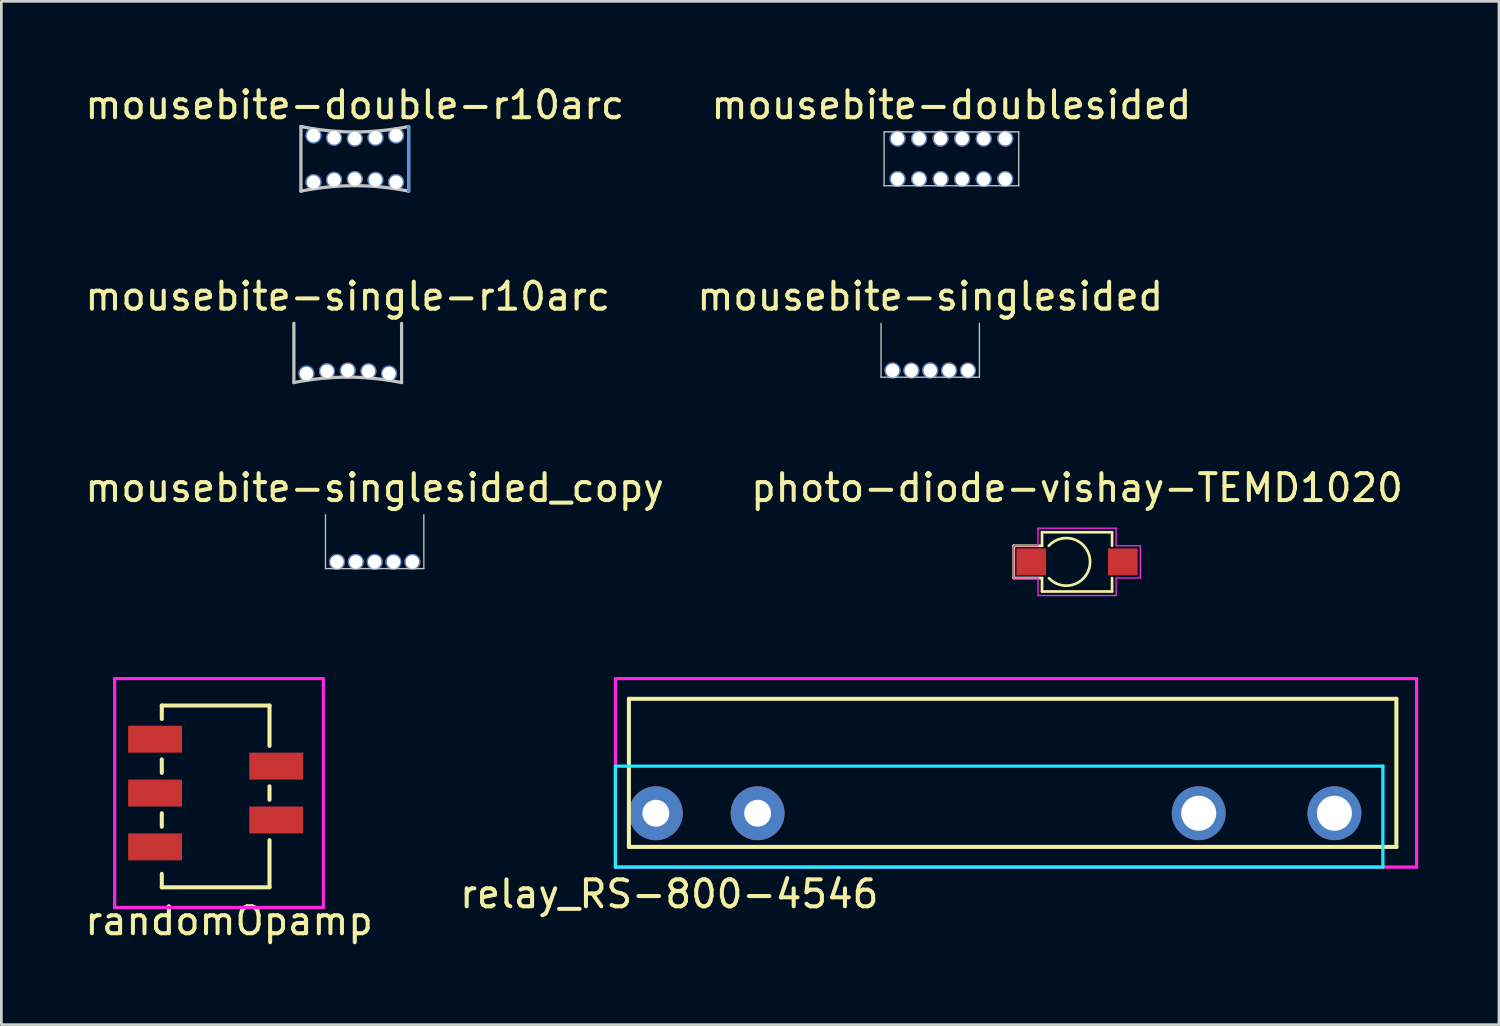
<source format=kicad_pcb>
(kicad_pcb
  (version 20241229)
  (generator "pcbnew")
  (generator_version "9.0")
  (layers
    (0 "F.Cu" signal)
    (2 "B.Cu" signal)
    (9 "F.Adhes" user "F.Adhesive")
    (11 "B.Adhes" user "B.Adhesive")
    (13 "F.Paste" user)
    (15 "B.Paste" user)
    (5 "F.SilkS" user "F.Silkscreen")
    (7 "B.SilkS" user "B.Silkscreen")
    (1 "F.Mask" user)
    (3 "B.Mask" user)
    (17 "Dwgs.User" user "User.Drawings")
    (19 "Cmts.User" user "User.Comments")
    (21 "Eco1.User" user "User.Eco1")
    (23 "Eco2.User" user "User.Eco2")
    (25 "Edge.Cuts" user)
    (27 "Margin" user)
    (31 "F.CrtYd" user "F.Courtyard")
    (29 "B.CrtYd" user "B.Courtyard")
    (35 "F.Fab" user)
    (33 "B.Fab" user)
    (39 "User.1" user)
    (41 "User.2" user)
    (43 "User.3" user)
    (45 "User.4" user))
  (footprint "mousebite-singlesided_copy"
    (layer "F.Cu")
    (at 10.863 18.065)
    (property "Reference" "mousebite-singlesided_copy" (at 0 -3 0) (layer "F.SilkS") (effects (font (size 1 1) (thickness 0.15))))
    (attr through_hole)
    (fp_line (start -1.826 0) (end -1.826 -2) (stroke (width 0.05) (type solid)) (layer "Dwgs.User"))
    (fp_line (start 1.826 0) (end -1.826 0) (stroke (width 0.05) (type solid)) (layer "Dwgs.User"))
    (fp_line (start 1.826 0) (end 1.826 -2) (stroke (width 0.05) (type solid)) (layer "Dwgs.User"))
    (pad "" np_thru_hole circle (at -1.4 -0.25) (size 0.6 0.6) (drill 0.5) (layers "*.Cu" "*.Mask"))
    (pad "" np_thru_hole circle (at -0.7 -0.25) (size 0.6 0.6) (drill 0.5) (layers "*.Cu" "*.Mask"))
    (pad "" np_thru_hole circle (at 0 -0.25) (size 0.6 0.6) (drill 0.5) (layers "*.Cu" "*.Mask"))
    (pad "" np_thru_hole circle (at 0.7 -0.25) (size 0.6 0.6) (drill 0.5) (layers "*.Cu" "*.Mask"))
    (pad "" np_thru_hole circle (at 1.4 -0.25) (size 0.6 0.6) (drill 0.5) (layers "*.Cu" "*.Mask")))
  (footprint "mousebite-double-r10arc"
    (layer "F.Cu")
    (at 10.125 2.848)
    (property "Reference" "mousebite-double-r10arc" (at 0 -2 0) (layer "F.SilkS") (effects (font (size 1 1) (thickness 0.15))))
    (attr through_hole)
    (fp_line (start -2 -1.2) (end -2 1.2) (stroke (width 0.12) (type solid)) (layer "Dwgs.User"))
    (fp_line (start 2 1.2) (end 2 -1.2) (stroke (width 0.12) (type solid)) (layer "Dwgs.User"))
    (fp_arc (start -2.000001 1.200001) (mid -0.000001 0.998001) (end 1.999999 1.200001) (stroke (width 0.12) (type solid)) (layer "Dwgs.User"))
    (fp_arc (start 2.000001 -1.200001) (mid 0.000001 -0.998001) (end -1.999999 -1.200001) (stroke (width 0.12) (type solid)) (layer "Dwgs.User"))
    (fp_line (start 2 -1.2) (end 2 1.2) (stroke (width 0.12) (type solid)) (layer "Cmts.User"))
    (pad "" np_thru_hole circle (at -1.533 -0.865 180) (size 0.6 0.6) (drill 0.5) (layers "*.Cu" "*.Mask"))
    (pad "" np_thru_hole circle (at -1.533 0.865) (size 0.6 0.6) (drill 0.5) (layers "*.Cu" "*.Mask"))
    (pad "" np_thru_hole circle (at -0.769 -0.779 180) (size 0.6 0.6) (drill 0.5) (layers "*.Cu" "*.Mask"))
    (pad "" np_thru_hole circle (at -0.769 0.779) (size 0.6 0.6) (drill 0.5) (layers "*.Cu" "*.Mask"))
    (pad "" np_thru_hole circle (at 0 -0.75 180) (size 0.6 0.6) (drill 0.5) (layers "*.Cu" "*.Mask"))
    (pad "" np_thru_hole circle (at 0 0.75) (size 0.6 0.6) (drill 0.5) (layers "*.Cu" "*.Mask"))
    (pad "" np_thru_hole circle (at 0.769 -0.779 180) (size 0.6 0.6) (drill 0.5) (layers "*.Cu" "*.Mask"))
    (pad "" np_thru_hole circle (at 0.769 0.779) (size 0.6 0.6) (drill 0.5) (layers "*.Cu" "*.Mask"))
    (pad "" np_thru_hole circle (at 1.533 -0.865 180) (size 0.6 0.6) (drill 0.5) (layers "*.Cu" "*.Mask"))
    (pad "" np_thru_hole circle (at 1.533 0.865) (size 0.6 0.6) (drill 0.5) (layers "*.Cu" "*.Mask")))
  (footprint "photo-diode-vishay-TEMD1020"
    (layer "F.Cu")
    (at 36.946 17.815)
    (property "Reference" "photo-diode-vishay-TEMD1020" (at 0 -2.75 0) (layer "F.SilkS") (effects (font (size 1 1) (thickness 0.15))))
    (attr through_hole)
    (fp_line (start -2.35 -0.6) (end -2.35 0.6) (stroke (width 0.1) (type solid)) (layer "F.SilkS"))
    (fp_line (start -2.35 0.6) (end -1.3 0.6) (stroke (width 0.1) (type solid)) (layer "F.SilkS"))
    (fp_line (start -1.3 -1.1) (end 1.3 -1.1) (stroke (width 0.1) (type solid)) (layer "F.SilkS"))
    (fp_line (start -1.3 -0.6) (end -2.35 -0.6) (stroke (width 0.1) (type solid)) (layer "F.SilkS"))
    (fp_line (start -1.3 -0.6) (end -1.3 -1.1) (stroke (width 0.1) (type solid)) (layer "F.SilkS"))
    (fp_line (start -1.3 1.1) (end -1.3 0.6) (stroke (width 0.1) (type solid)) (layer "F.SilkS"))
    (fp_line (start 1.3 -1.1) (end 1.3 -0.6) (stroke (width 0.1) (type solid)) (layer "F.SilkS"))
    (fp_line (start 1.3 0.6) (end 1.3 1.1) (stroke (width 0.1) (type solid)) (layer "F.SilkS"))
    (fp_line (start 1.3 1.1) (end -1.3 1.1) (stroke (width 0.1) (type solid)) (layer "F.SilkS"))
    (fp_arc (start -1.05 -0.6) (mid 0.484584 -0.00342) (end -1.045342 0.605008) (stroke (width 0.1) (type solid)) (layer "F.SilkS"))
    (fp_line (start -2.35 -0.6) (end -1.45 -0.6) (stroke (width 0.05) (type solid)) (layer "F.CrtYd"))
    (fp_line (start -2.35 0.6) (end -2.35 -0.6) (stroke (width 0.05) (type solid)) (layer "F.CrtYd"))
    (fp_line (start -1.45 -1.25) (end 1.45 -1.25) (stroke (width 0.05) (type solid)) (layer "F.CrtYd"))
    (fp_line (start -1.45 -1.2) (end -1.45 -1.25) (stroke (width 0.05) (type solid)) (layer "F.CrtYd"))
    (fp_line (start -1.45 -0.6) (end -1.45 -1.2) (stroke (width 0.05) (type solid)) (layer "F.CrtYd"))
    (fp_line (start -1.45 0.6) (end -2.35 0.6) (stroke (width 0.05) (type solid)) (layer "F.CrtYd"))
    (fp_line (start -1.45 1.25) (end -1.45 0.6) (stroke (width 0.05) (type solid)) (layer "F.CrtYd"))
    (fp_line (start 1.45 -1.25) (end 1.45 -0.6) (stroke (width 0.05) (type solid)) (layer "F.CrtYd"))
    (fp_line (start 1.45 -0.6) (end 2.35 -0.6) (stroke (width 0.05) (type solid)) (layer "F.CrtYd"))
    (fp_line (start 1.45 0.6) (end 1.45 1.25) (stroke (width 0.05) (type solid)) (layer "F.CrtYd"))
    (fp_line (start 1.45 1.25) (end -1.45 1.25) (stroke (width 0.05) (type solid)) (layer "F.CrtYd"))
    (fp_line (start 2.35 -0.6) (end 2.35 0.6) (stroke (width 0.05) (type solid)) (layer "F.CrtYd"))
    (fp_line (start 2.35 0.6) (end 1.45 0.6) (stroke (width 0.05) (type solid)) (layer "F.CrtYd"))
    (pad "1" smd rect (at -1.7 0) (size 1.1 1) (layers "F.Cu" "F.Mask" "F.Paste"))
    (pad "2" smd rect (at 1.7 0) (size 1.1 1) (layers "F.Cu" "F.Mask" "F.Paste")))
  (footprint "mousebite-single-r10arc"
    (layer "F.Cu")
    (at 9.863 9.957)
    (property "Reference" "mousebite-single-r10arc" (at 0 -2 0) (layer "F.SilkS") (effects (font (size 1 1) (thickness 0.15))))
    (attr through_hole)
    (fp_line (start -2 -1) (end -2 1.2) (stroke (width 0.12) (type solid)) (layer "Dwgs.User"))
    (fp_line (start 2 1.2) (end 2 -1) (stroke (width 0.12) (type solid)) (layer "Dwgs.User"))
    (fp_arc (start -2.000001 1.200001) (mid -0.000001 0.998001) (end 1.999999 1.200001) (stroke (width 0.12) (type solid)) (layer "Dwgs.User"))
    (pad "" np_thru_hole circle (at -1.533 0.865) (size 0.6 0.6) (drill 0.5) (layers "*.Cu" "*.Mask"))
    (pad "" np_thru_hole circle (at -0.769 0.779) (size 0.6 0.6) (drill 0.5) (layers "*.Cu" "*.Mask"))
    (pad "" np_thru_hole circle (at 0 0.75) (size 0.6 0.6) (drill 0.5) (layers "*.Cu" "*.Mask"))
    (pad "" np_thru_hole circle (at 0.769 0.779) (size 0.6 0.6) (drill 0.5) (layers "*.Cu" "*.Mask"))
    (pad "" np_thru_hole circle (at 1.533 0.865) (size 0.6 0.6) (drill 0.5) (layers "*.Cu" "*.Mask")))
  (footprint "relay_RS-800-4546"
    (layer "F.Cu")
    (at 21.304 27.15)
    (property "Reference" "relay_RS-800-4546" (at 0.5 3 0) (layer "F.SilkS") (effects (font (size 1 1) (thickness 0.15))))
    (attr through_hole)
    (fp_line (start -1 -4.25) (end -1 1.25) (stroke (width 0.15) (type solid)) (layer "F.SilkS"))
    (fp_line (start -1 1.25) (end 27.5 1.25) (stroke (width 0.15) (type solid)) (layer "F.SilkS"))
    (fp_line (start 27.5 -4.25) (end -1 -4.25) (stroke (width 0.15) (type solid)) (layer "F.SilkS"))
    (fp_line (start 27.5 1.25) (end 27.5 -4.25) (stroke (width 0.15) (type solid)) (layer "F.SilkS"))
    (fp_line (start -1.5 -1.75) (end -1.5 -1.5) (stroke (width 0.12) (type solid)) (layer "B.CrtYd"))
    (fp_line (start -1.5 -1.5) (end -1.5 2) (stroke (width 0.12) (type solid)) (layer "B.CrtYd"))
    (fp_line (start -1.5 2) (end 27 2) (stroke (width 0.12) (type solid)) (layer "B.CrtYd"))
    (fp_line (start 27 -1.75) (end -1.5 -1.75) (stroke (width 0.12) (type solid)) (layer "B.CrtYd"))
    (fp_line (start 27 2) (end 27 -1.75) (stroke (width 0.12) (type solid)) (layer "B.CrtYd"))
    (fp_line (start -1.5 -5) (end -1.5 -4.75) (stroke (width 0.12) (type solid)) (layer "F.CrtYd"))
    (fp_line (start -1.5 -4.75) (end -1.5 2) (stroke (width 0.12) (type solid)) (layer "F.CrtYd"))
    (fp_line (start -1.5 2) (end 28.25 2) (stroke (width 0.12) (type solid)) (layer "F.CrtYd"))
    (fp_line (start 28.25 -5) (end -1.5 -5) (stroke (width 0.12) (type solid)) (layer "F.CrtYd"))
    (fp_line (start 28.25 2) (end 28.25 -5) (stroke (width 0.12) (type solid)) (layer "F.CrtYd"))
    (pad "1" thru_hole circle (at 0 0) (size 2 2) (drill 1) (layers "*.Cu" "*.Mask"))
    (pad "2" thru_hole circle (at 3.78 0) (size 2 2) (drill 1) (layers "*.Cu" "*.Mask"))
    (pad "3" thru_hole circle (at 20.16 0) (size 2 2) (drill 1.3) (layers "*.Cu" "*.Mask"))
    (pad "4" thru_hole circle (at 25.2 0) (size 2 2) (drill 1.3) (layers "*.Cu" "*.Mask")))
  (footprint "randomOpamp"
    (layer "F.Cu")
    (at 5.958 24.4)
    (property "Reference" "randomOpamp" (at -0.5 6.75 0) (layer "F.SilkS") (effects (font (size 1 1) (thickness 0.15))))
    (attr through_hole)
    (fp_line (start -3 -1.25) (end 1 -1.25) (stroke (width 0.15) (type solid)) (layer "F.SilkS"))
    (fp_line (start -3 -0.75) (end -3 -1.25) (stroke (width 0.15) (type solid)) (layer "F.SilkS"))
    (fp_line (start -3 1.25) (end -3 0.75) (stroke (width 0.15) (type solid)) (layer "F.SilkS"))
    (fp_line (start -3 3.25) (end -3 2.75) (stroke (width 0.15) (type solid)) (layer "F.SilkS"))
    (fp_line (start -3 5.5) (end -3 5) (stroke (width 0.15) (type solid)) (layer "F.SilkS"))
    (fp_line (start 1 -1.25) (end 1 0.25) (stroke (width 0.15) (type solid)) (layer "F.SilkS"))
    (fp_line (start 1 1.75) (end 1 2.25) (stroke (width 0.15) (type solid)) (layer "F.SilkS"))
    (fp_line (start 1 3.75) (end 1 5.5) (stroke (width 0.15) (type solid)) (layer "F.SilkS"))
    (fp_line (start 1 5.5) (end -3 5.5) (stroke (width 0.15) (type solid)) (layer "F.SilkS"))
    (fp_line (start -4.75 -2.25) (end 3 -2.25) (stroke (width 0.12) (type solid)) (layer "F.CrtYd"))
    (fp_line (start -4.75 6.25) (end -4.75 -2.25) (stroke (width 0.12) (type solid)) (layer "F.CrtYd"))
    (fp_line (start 3 -2.25) (end 3 6.25) (stroke (width 0.12) (type solid)) (layer "F.CrtYd"))
    (fp_line (start 3 6.25) (end -4.75 6.25) (stroke (width 0.12) (type solid)) (layer "F.CrtYd"))
    (pad "1" smd rect (at -3.25 0) (size 2 1) (layers "F.Cu" "F.Mask" "F.Paste"))
    (pad "2" smd rect (at -3.25 2) (size 2 1) (layers "F.Cu" "F.Mask" "F.Paste"))
    (pad "3" smd rect (at -3.25 4) (size 2 1) (layers "F.Cu" "F.Mask" "F.Paste"))
    (pad "4" smd rect (at 1.25 1) (size 2 1) (layers "F.Cu" "F.Mask" "F.Paste"))
    (pad "5" smd rect (at 1.25 3) (size 2 1) (layers "F.Cu" "F.Mask" "F.Paste")))
  (footprint "mousebite-singlesided"
    (layer "F.Cu")
    (at 31.494 10.957)
    (property "Reference" "mousebite-singlesided" (at 0 -3 0) (layer "F.SilkS") (effects (font (size 1 1) (thickness 0.15))))
    (attr through_hole)
    (fp_line (start -1.826 0) (end -1.826 -2) (stroke (width 0.05) (type solid)) (layer "Dwgs.User"))
    (fp_line (start 1.826 0) (end -1.826 0) (stroke (width 0.05) (type solid)) (layer "Dwgs.User"))
    (fp_line (start 1.826 0) (end 1.826 -2) (stroke (width 0.05) (type solid)) (layer "Dwgs.User"))
    (pad "" np_thru_hole circle (at -1.4 -0.25) (size 0.6 0.6) (drill 0.5) (layers "*.Cu" "*.Mask"))
    (pad "" np_thru_hole circle (at -0.7 -0.25) (size 0.6 0.6) (drill 0.5) (layers "*.Cu" "*.Mask"))
    (pad "" np_thru_hole circle (at 0 -0.25) (size 0.6 0.6) (drill 0.5) (layers "*.Cu" "*.Mask"))
    (pad "" np_thru_hole circle (at 0.7 -0.25) (size 0.6 0.6) (drill 0.5) (layers "*.Cu" "*.Mask"))
    (pad "" np_thru_hole circle (at 1.4 -0.25) (size 0.6 0.6) (drill 0.5) (layers "*.Cu" "*.Mask")))
  (footprint "mousebite-doublesided"
    (layer "F.Cu")
    (at 32.28 3.848)
    (property "Reference" "mousebite-doublesided" (at 0 -3 0) (layer "F.SilkS") (effects (font (size 1 1) (thickness 0.15))))
    (attr through_hole)
    (fp_line (start -2.5 0) (end -2.5 -2) (stroke (width 0.05) (type solid)) (layer "Dwgs.User"))
    (fp_line (start 2.5 -2) (end -2.5 -2) (stroke (width 0.05) (type solid)) (layer "Dwgs.User"))
    (fp_line (start 2.5 0) (end -2.5 0) (stroke (width 0.05) (type solid)) (layer "Dwgs.User"))
    (fp_line (start 2.5 0) (end 2.5 -2) (stroke (width 0.05) (type solid)) (layer "Dwgs.User"))
    (pad "~" thru_hole circle (at -2 -1.75) (size 0.6 0.6) (drill 0.5) (layers "*.Cu" "*.Mask"))
    (pad "~" thru_hole circle (at -2 -0.25) (size 0.6 0.6) (drill 0.5) (layers "*.Cu" "*.Mask"))
    (pad "~" thru_hole circle (at -1.2 -1.75) (size 0.6 0.6) (drill 0.5) (layers "*.Cu" "*.Mask"))
    (pad "~" thru_hole circle (at -1.2 -0.25) (size 0.6 0.6) (drill 0.5) (layers "*.Cu" "*.Mask"))
    (pad "~" thru_hole circle (at -0.4 -1.75) (size 0.6 0.6) (drill 0.5) (layers "*.Cu" "*.Mask"))
    (pad "~" thru_hole circle (at -0.4 -0.25) (size 0.6 0.6) (drill 0.5) (layers "*.Cu" "*.Mask"))
    (pad "~" thru_hole circle (at 0.4 -1.75) (size 0.6 0.6) (drill 0.5) (layers "*.Cu" "*.Mask"))
    (pad "~" thru_hole circle (at 0.4 -0.25) (size 0.6 0.6) (drill 0.5) (layers "*.Cu" "*.Mask"))
    (pad "~" thru_hole circle (at 1.2 -1.75) (size 0.6 0.6) (drill 0.5) (layers "*.Cu" "*.Mask"))
    (pad "~" thru_hole circle (at 1.2 -0.25) (size 0.6 0.6) (drill 0.5) (layers "*.Cu" "*.Mask"))
    (pad "~" thru_hole circle (at 2 -1.75) (size 0.6 0.6) (drill 0.5) (layers "*.Cu" "*.Mask"))
    (pad "~" thru_hole circle (at 2 -0.25) (size 0.6 0.6) (drill 0.5) (layers "*.Cu" "*.Mask")))
  (gr_rect
    (start -3 -3)
    (end 52.614 34.998)
    (stroke (width 0.1) (type default))
    (fill no)
    (layer "Edge.Cuts")))
</source>
